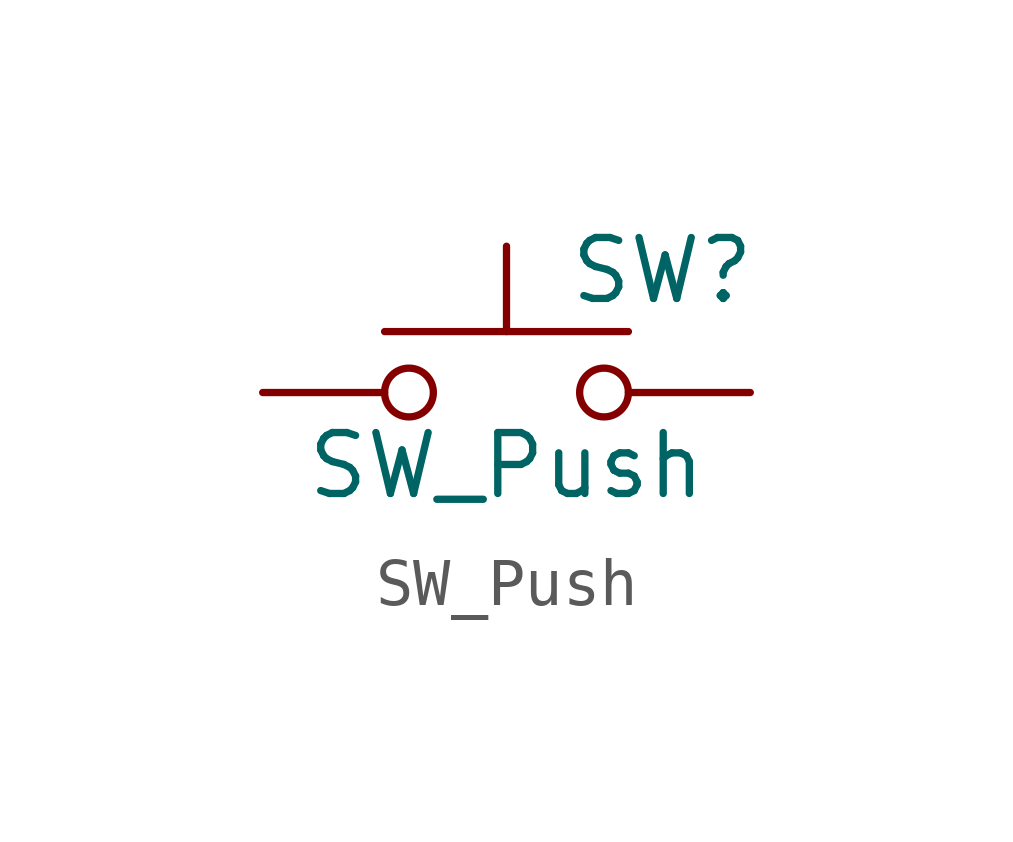
<source format=kicad_sym>
(kicad_symbol_lib
  (version 20211014)
  (generator kicad_symbol_editor)
  (symbol "SW_Push"
    (pin_numbers hide)
    (pin_names
      (offset 1.016) hide)
    (property "Reference" "SW"
      (at 1.27 2.54 0)
      (effects (font (size 1.27 1.27)) (justify left)))
    (property "Value" "SW_Push"
      (at 0 -1.524 0)
      (effects (font (size 1.27 1.27))))
    (symbol "SW_Push_0_1"
      (circle (center -2.032 0) (radius 0.508) (stroke (width 0) (type default) (color 0 0 0 0)) (fill (type none)))
      (polyline (pts (xy 0 1.27) (xy 0 3.048)) (stroke (width 0) (type default) (color 0 0 0 0)) (fill (type none)))
      (polyline (pts (xy 2.54 1.27) (xy -2.54 1.27)) (stroke (width 0) (type default) (color 0 0 0 0)) (fill (type none)))
      (circle (center 2.032 0) (radius 0.508) (stroke (width 0) (type default) (color 0 0 0 0)) (fill (type none)))
      (pin passive line (at -5.08 0 0) (length 2.54) (name "1" (effects (font (size 1.27 1.27)))) (number "1" (effects (font (size 1.27 1.27)))))
      (pin passive line (at 5.08 0 180) (length 2.54) (name "3" (effects (font (size 1.27 1.27)))) (number "3" (effects (font (size 1.27 1.27))))))))
</source>
